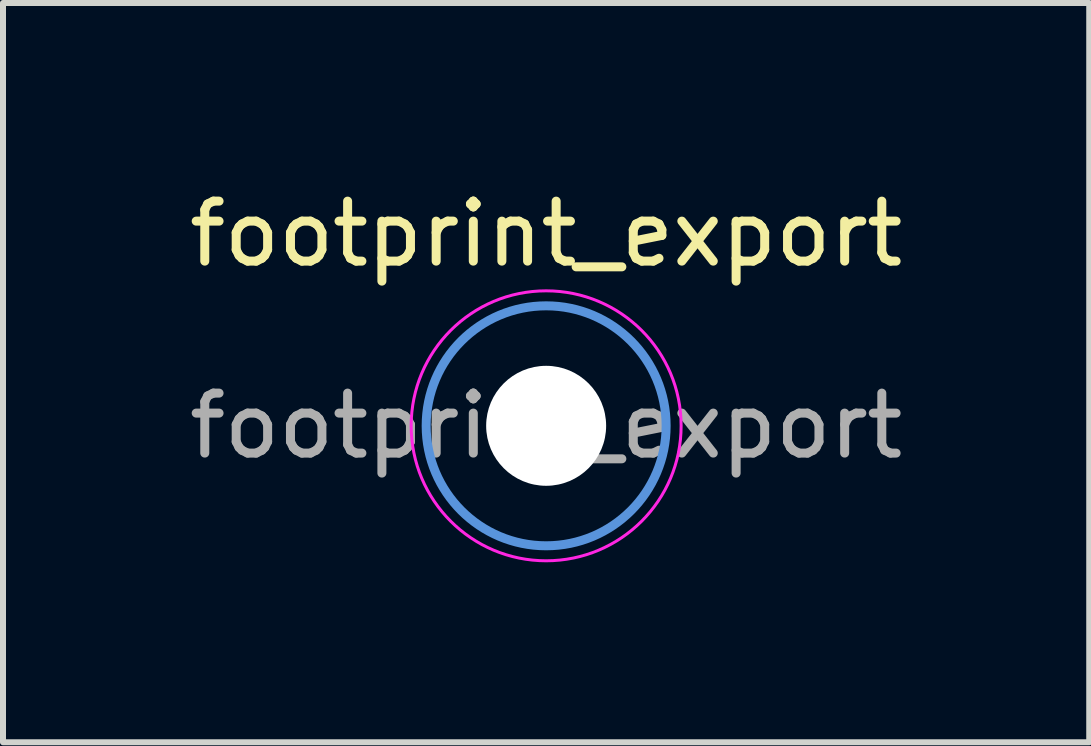
<source format=kicad_pcb>
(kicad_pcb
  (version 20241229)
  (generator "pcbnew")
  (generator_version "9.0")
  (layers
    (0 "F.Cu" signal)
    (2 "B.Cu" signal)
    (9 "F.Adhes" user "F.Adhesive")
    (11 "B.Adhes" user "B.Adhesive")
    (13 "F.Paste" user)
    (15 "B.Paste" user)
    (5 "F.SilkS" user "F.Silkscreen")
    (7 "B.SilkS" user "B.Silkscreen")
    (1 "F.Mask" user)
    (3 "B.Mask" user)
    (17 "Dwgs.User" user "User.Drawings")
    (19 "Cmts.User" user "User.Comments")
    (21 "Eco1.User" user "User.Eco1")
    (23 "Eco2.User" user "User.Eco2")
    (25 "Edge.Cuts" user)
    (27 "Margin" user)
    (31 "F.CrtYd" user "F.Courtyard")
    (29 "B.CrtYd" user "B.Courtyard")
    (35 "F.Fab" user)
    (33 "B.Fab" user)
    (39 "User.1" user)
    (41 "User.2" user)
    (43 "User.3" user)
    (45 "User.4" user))
  (footprint "footprint_export"
    (layer "F.Cu")
    (at 6.054 4.048)
    (property "Reference" "footprint_export" (at 0 -3.2 0) (layer "F.SilkS") (effects (font (size 1 1) (thickness 0.15))))
    (attr exclude_from_pos_files exclude_from_bom)
    (fp_circle (center 0 0) (end 2 0) (stroke (width 0.15) (type solid)) (fill no) (layer "Cmts.User"))
    (fp_circle (center 0 0) (end 2.25 0) (stroke (width 0.05) (type solid)) (fill no) (layer "F.CrtYd"))
    (fp_text user "${REFERENCE}" (at 0 0 0) (layer "F.Fab") (effects (font (size 1 1) (thickness 0.15))))
    (pad "" np_thru_hole circle (at 0 0) (size 2 2) (drill 2) (layers "*.Cu" "*.Mask")))
  (gr_rect
    (start -3 -3)
    (end 15.107 9.323)
    (stroke (width 0.1) (type default))
    (fill no)
    (layer "Edge.Cuts")))
</source>
